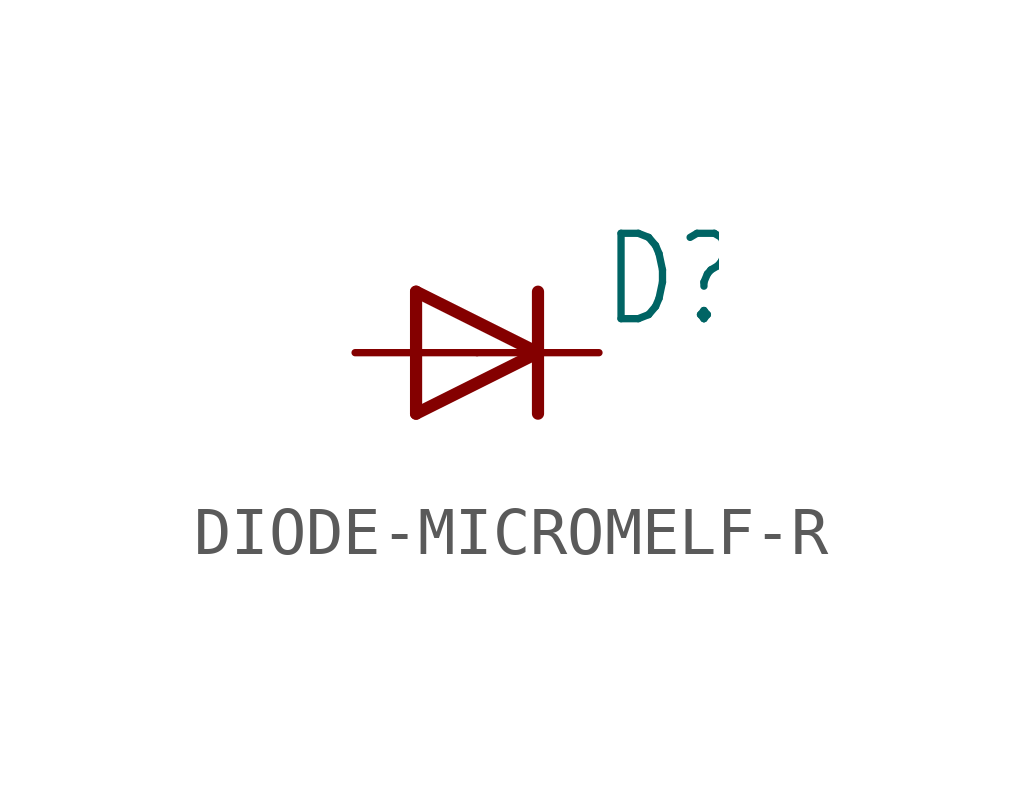
<source format=kicad_sym>
(kicad_symbol_lib
  (version 20241209)
  (generator "kicad_symbol_editor")
  (generator_version "9.0")
  (symbol "DIODE-MICROMELF-R"
    (property "Reference" "D"
      (at 2.54 0.483 0)
      (effects (font (size 1.778 1.511)) (justify left bottom)))
    (property "Value" ""
      (at 2.54 -2.311 0)
      (effects (font (size 1.778 1.511)) (justify left bottom)))
    (property "ki_locked" ""
      (at 0 0 0)
      (effects (font (size 1.27 1.27))))
    (symbol "DIODE-MICROMELF-R_1_0"
      (polyline (pts (xy -1.27 1.27) (xy -1.27 -1.27)) (stroke (width 0.254) (type solid)) (fill (type none)))
      (polyline (pts (xy -1.27 -1.27) (xy 1.27 0)) (stroke (width 0.254) (type solid)) (fill (type none)))
      (polyline (pts (xy 1.27 1.27) (xy 1.27 0)) (stroke (width 0.254) (type solid)) (fill (type none)))
      (polyline (pts (xy 1.27 0) (xy -1.27 1.27)) (stroke (width 0.254) (type solid)) (fill (type none)))
      (polyline (pts (xy 1.27 0) (xy 1.27 -1.27)) (stroke (width 0.254) (type solid)) (fill (type none)))
      (pin passive line (at -2.54 0 0) (length 2.54) (name "A" (effects (font (size 0 0)))) (number "A" (effects (font (size 0 0)))))
      (pin passive line (at 2.54 0 180) (length 2.54) (name "C" (effects (font (size 0 0)))) (number "C" (effects (font (size 0 0))))))))
</source>
